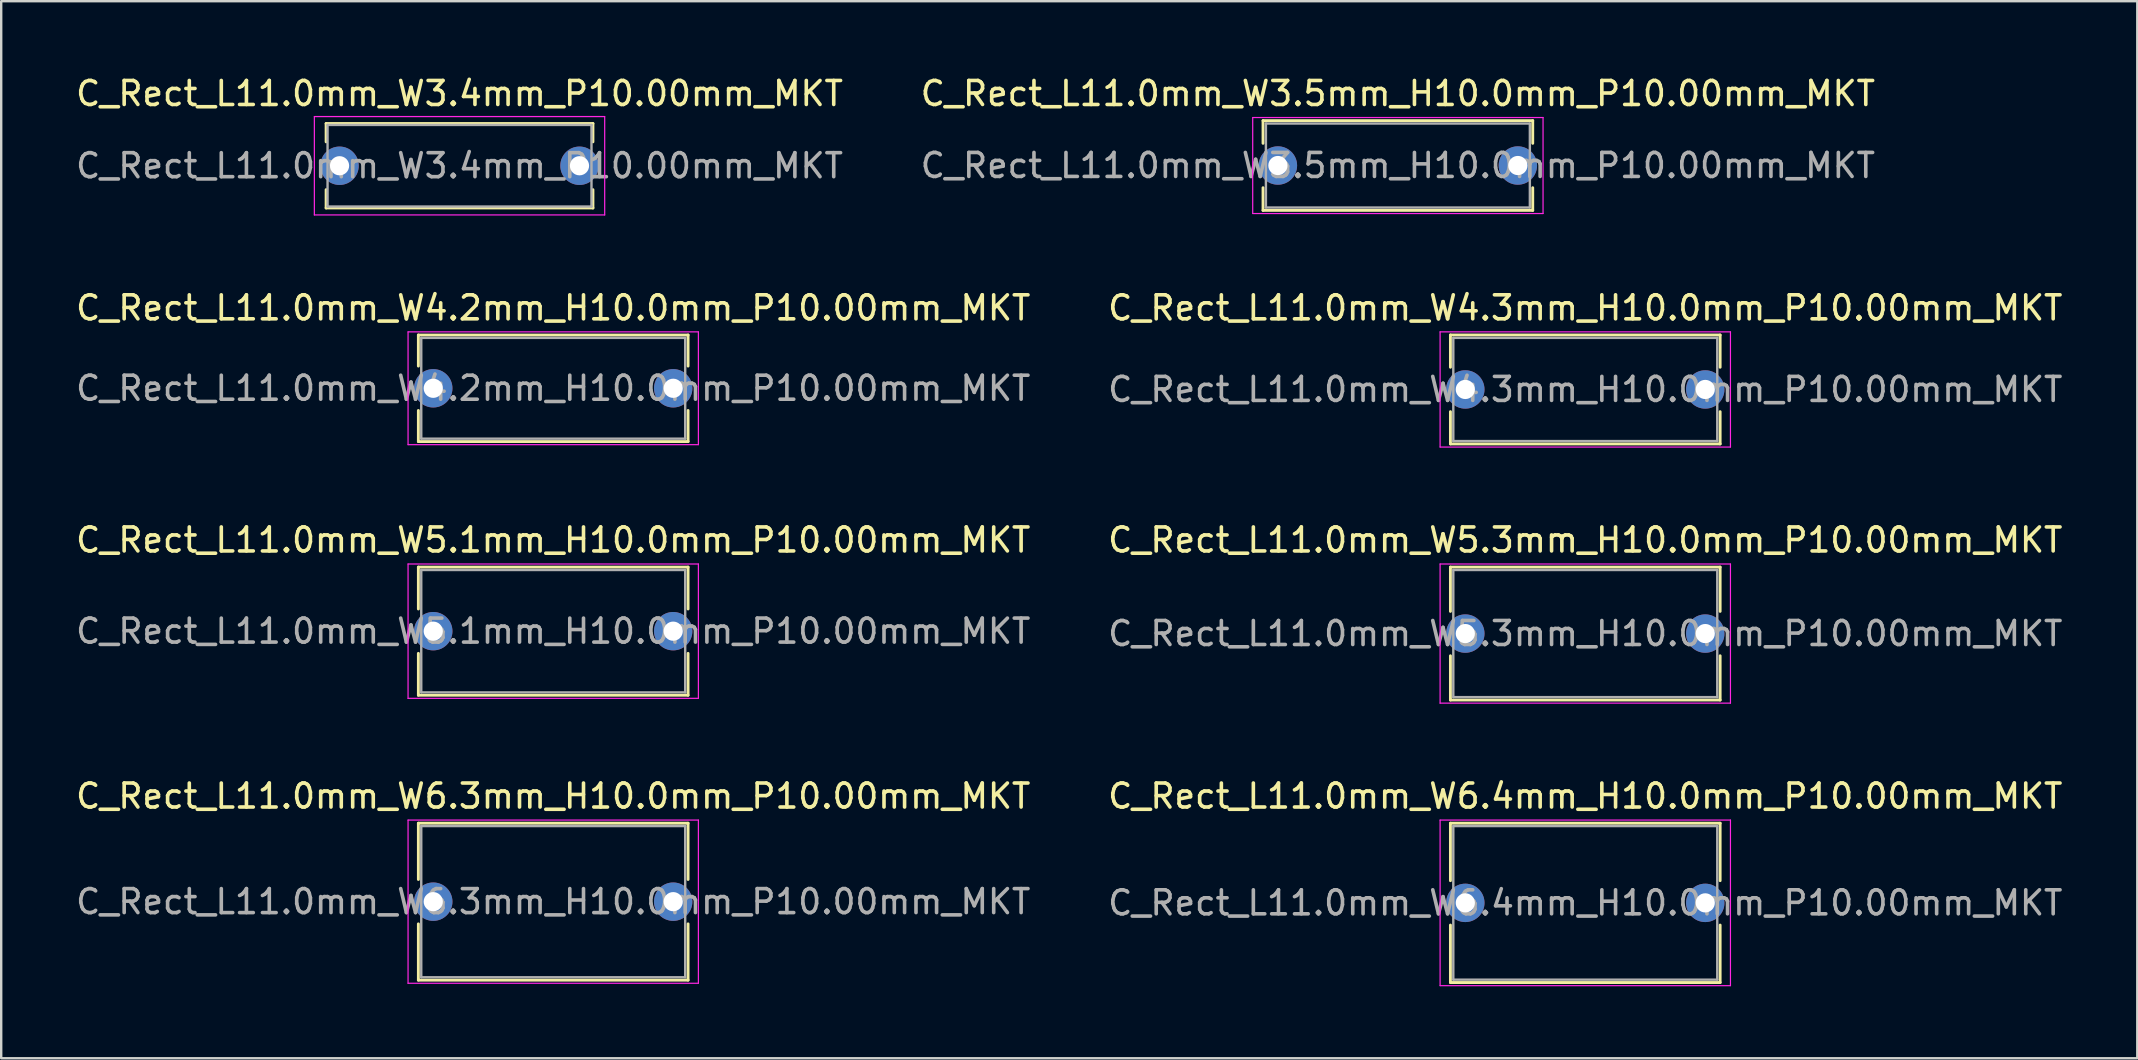
<source format=kicad_pcb>
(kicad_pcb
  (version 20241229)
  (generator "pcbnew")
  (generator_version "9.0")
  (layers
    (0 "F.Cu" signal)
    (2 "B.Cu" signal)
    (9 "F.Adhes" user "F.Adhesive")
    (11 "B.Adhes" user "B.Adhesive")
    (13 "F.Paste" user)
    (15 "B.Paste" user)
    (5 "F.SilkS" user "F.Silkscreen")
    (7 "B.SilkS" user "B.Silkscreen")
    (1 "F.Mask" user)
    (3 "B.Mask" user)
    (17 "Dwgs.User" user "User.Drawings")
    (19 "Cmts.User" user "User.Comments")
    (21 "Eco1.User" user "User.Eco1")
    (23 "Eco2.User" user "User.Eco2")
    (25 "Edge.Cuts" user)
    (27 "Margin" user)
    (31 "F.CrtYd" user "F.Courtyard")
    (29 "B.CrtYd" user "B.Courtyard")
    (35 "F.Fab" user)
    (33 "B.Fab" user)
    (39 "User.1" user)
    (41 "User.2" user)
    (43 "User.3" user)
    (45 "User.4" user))
  (footprint "C_Rect_L11.0mm_W6.4mm_H10.0mm_P10.00mm_MKT"
    (layer "F.Cu")
    (at 58.018 34.578)
    (property "Reference" "C_Rect_L11.0mm_W6.4mm_H10.0mm_P10.00mm_MKT" (at 5 -4.45 0) (layer "F.SilkS") (effects (font (size 1 1) (thickness 0.15))))
    (attr through_hole)
    (fp_line (start -0.62 -3.32) (end -0.62 -0.925) (stroke (width 0.12) (type solid)) (layer "F.SilkS"))
    (fp_line (start -0.62 -3.32) (end 10.62 -3.32) (stroke (width 0.12) (type solid)) (layer "F.SilkS"))
    (fp_line (start -0.62 0.925) (end -0.62 3.32) (stroke (width 0.12) (type solid)) (layer "F.SilkS"))
    (fp_line (start -0.62 3.32) (end 10.62 3.32) (stroke (width 0.12) (type solid)) (layer "F.SilkS"))
    (fp_line (start 10.62 -3.32) (end 10.62 -0.925) (stroke (width 0.12) (type solid)) (layer "F.SilkS"))
    (fp_line (start 10.62 0.925) (end 10.62 3.32) (stroke (width 0.12) (type solid)) (layer "F.SilkS"))
    (fp_line (start -1.05 -3.45) (end -1.05 3.45) (stroke (width 0.05) (type solid)) (layer "F.CrtYd"))
    (fp_line (start -1.05 3.45) (end 11.05 3.45) (stroke (width 0.05) (type solid)) (layer "F.CrtYd"))
    (fp_line (start 11.05 -3.45) (end -1.05 -3.45) (stroke (width 0.05) (type solid)) (layer "F.CrtYd"))
    (fp_line (start 11.05 3.45) (end 11.05 -3.45) (stroke (width 0.05) (type solid)) (layer "F.CrtYd"))
    (fp_line (start -0.5 -3.2) (end -0.5 3.2) (stroke (width 0.1) (type solid)) (layer "F.Fab"))
    (fp_line (start -0.5 3.2) (end 10.5 3.2) (stroke (width 0.1) (type solid)) (layer "F.Fab"))
    (fp_line (start 10.5 -3.2) (end -0.5 -3.2) (stroke (width 0.1) (type solid)) (layer "F.Fab"))
    (fp_line (start 10.5 3.2) (end 10.5 -3.2) (stroke (width 0.1) (type solid)) (layer "F.Fab"))
    (fp_text user "${REFERENCE}" (at 5 0 0) (layer "F.Fab") (effects (font (size 1 1) (thickness 0.15))))
    (pad "1" thru_hole circle (at 0 0) (size 1.6 1.6) (drill 0.8) (layers "*.Cu" "*.Mask"))
    (pad "2" thru_hole circle (at 10 0) (size 1.6 1.6) (drill 0.8) (layers "*.Cu" "*.Mask")))
  (footprint "C_Rect_L11.0mm_W4.2mm_H10.0mm_P10.00mm_MKT"
    (layer "F.Cu")
    (at 15.006 13.132)
    (property "Reference" "C_Rect_L11.0mm_W4.2mm_H10.0mm_P10.00mm_MKT" (at 5 -3.35 0) (layer "F.SilkS") (effects (font (size 1 1) (thickness 0.15))))
    (attr through_hole)
    (fp_line (start -0.62 -2.22) (end -0.62 -0.925) (stroke (width 0.12) (type solid)) (layer "F.SilkS"))
    (fp_line (start -0.62 -2.22) (end 10.62 -2.22) (stroke (width 0.12) (type solid)) (layer "F.SilkS"))
    (fp_line (start -0.62 0.925) (end -0.62 2.22) (stroke (width 0.12) (type solid)) (layer "F.SilkS"))
    (fp_line (start -0.62 2.22) (end 10.62 2.22) (stroke (width 0.12) (type solid)) (layer "F.SilkS"))
    (fp_line (start 10.62 -2.22) (end 10.62 -0.925) (stroke (width 0.12) (type solid)) (layer "F.SilkS"))
    (fp_line (start 10.62 0.925) (end 10.62 2.22) (stroke (width 0.12) (type solid)) (layer "F.SilkS"))
    (fp_line (start -1.05 -2.35) (end -1.05 2.35) (stroke (width 0.05) (type solid)) (layer "F.CrtYd"))
    (fp_line (start -1.05 2.35) (end 11.05 2.35) (stroke (width 0.05) (type solid)) (layer "F.CrtYd"))
    (fp_line (start 11.05 -2.35) (end -1.05 -2.35) (stroke (width 0.05) (type solid)) (layer "F.CrtYd"))
    (fp_line (start 11.05 2.35) (end 11.05 -2.35) (stroke (width 0.05) (type solid)) (layer "F.CrtYd"))
    (fp_line (start -0.5 -2.1) (end -0.5 2.1) (stroke (width 0.1) (type solid)) (layer "F.Fab"))
    (fp_line (start -0.5 2.1) (end 10.5 2.1) (stroke (width 0.1) (type solid)) (layer "F.Fab"))
    (fp_line (start 10.5 -2.1) (end -0.5 -2.1) (stroke (width 0.1) (type solid)) (layer "F.Fab"))
    (fp_line (start 10.5 2.1) (end 10.5 -2.1) (stroke (width 0.1) (type solid)) (layer "F.Fab"))
    (fp_text user "${REFERENCE}" (at 5 0 0) (layer "F.Fab") (effects (font (size 1 1) (thickness 0.15))))
    (pad "1" thru_hole circle (at 0 0) (size 1.6 1.6) (drill 0.8) (layers "*.Cu" "*.Mask"))
    (pad "2" thru_hole circle (at 10 0) (size 1.6 1.6) (drill 0.8) (layers "*.Cu" "*.Mask")))
  (footprint "C_Rect_L11.0mm_W3.4mm_P10.00mm_MKT"
    (layer "F.Cu")
    (at 11.101 3.858)
    (property "Reference" "C_Rect_L11.0mm_W3.4mm_P10.00mm_MKT" (at 5 -3.01 0) (layer "F.SilkS") (effects (font (size 1 1) (thickness 0.15))))
    (attr through_hole)
    (fp_line (start -0.56 -1.76) (end -0.56 -0.996) (stroke (width 0.12) (type solid)) (layer "F.SilkS"))
    (fp_line (start -0.56 -1.76) (end 10.56 -1.76) (stroke (width 0.12) (type solid)) (layer "F.SilkS"))
    (fp_line (start -0.56 0.996) (end -0.56 1.76) (stroke (width 0.12) (type solid)) (layer "F.SilkS"))
    (fp_line (start -0.56 1.76) (end 10.56 1.76) (stroke (width 0.12) (type solid)) (layer "F.SilkS"))
    (fp_line (start 10.56 -1.76) (end 10.56 -0.996) (stroke (width 0.12) (type solid)) (layer "F.SilkS"))
    (fp_line (start 10.56 0.996) (end 10.56 1.76) (stroke (width 0.12) (type solid)) (layer "F.SilkS"))
    (fp_line (start -1.05 -2.05) (end -1.05 2.05) (stroke (width 0.05) (type solid)) (layer "F.CrtYd"))
    (fp_line (start -1.05 2.05) (end 11.05 2.05) (stroke (width 0.05) (type solid)) (layer "F.CrtYd"))
    (fp_line (start 11.05 -2.05) (end -1.05 -2.05) (stroke (width 0.05) (type solid)) (layer "F.CrtYd"))
    (fp_line (start 11.05 2.05) (end 11.05 -2.05) (stroke (width 0.05) (type solid)) (layer "F.CrtYd"))
    (fp_line (start -0.5 -1.7) (end -0.5 1.7) (stroke (width 0.1) (type solid)) (layer "F.Fab"))
    (fp_line (start -0.5 1.7) (end 10.5 1.7) (stroke (width 0.1) (type solid)) (layer "F.Fab"))
    (fp_line (start 10.5 -1.7) (end -0.5 -1.7) (stroke (width 0.1) (type solid)) (layer "F.Fab"))
    (fp_line (start 10.5 1.7) (end 10.5 -1.7) (stroke (width 0.1) (type solid)) (layer "F.Fab"))
    (fp_text user "${REFERENCE}" (at 5 0 0) (layer "F.Fab") (effects (font (size 1 1) (thickness 0.15))))
    (pad "1" thru_hole circle (at 0 0) (size 1.6 1.6) (drill 0.8) (layers "*.Cu" "*.Mask"))
    (pad "2" thru_hole circle (at 10 0) (size 1.6 1.6) (drill 0.8) (layers "*.Cu" "*.Mask")))
  (footprint "C_Rect_L11.0mm_W3.5mm_H10.0mm_P10.00mm_MKT"
    (layer "F.Cu")
    (at 50.208 3.848)
    (property "Reference" "C_Rect_L11.0mm_W3.5mm_H10.0mm_P10.00mm_MKT" (at 5 -3 0) (layer "F.SilkS") (effects (font (size 1 1) (thickness 0.15))))
    (attr through_hole)
    (fp_line (start -0.62 -1.87) (end -0.62 -0.925) (stroke (width 0.12) (type solid)) (layer "F.SilkS"))
    (fp_line (start -0.62 -1.87) (end 10.62 -1.87) (stroke (width 0.12) (type solid)) (layer "F.SilkS"))
    (fp_line (start -0.62 0.925) (end -0.62 1.87) (stroke (width 0.12) (type solid)) (layer "F.SilkS"))
    (fp_line (start -0.62 1.87) (end 10.62 1.87) (stroke (width 0.12) (type solid)) (layer "F.SilkS"))
    (fp_line (start 10.62 -1.87) (end 10.62 -0.925) (stroke (width 0.12) (type solid)) (layer "F.SilkS"))
    (fp_line (start 10.62 0.925) (end 10.62 1.87) (stroke (width 0.12) (type solid)) (layer "F.SilkS"))
    (fp_line (start -1.05 -2) (end -1.05 2) (stroke (width 0.05) (type solid)) (layer "F.CrtYd"))
    (fp_line (start -1.05 2) (end 11.05 2) (stroke (width 0.05) (type solid)) (layer "F.CrtYd"))
    (fp_line (start 11.05 -2) (end -1.05 -2) (stroke (width 0.05) (type solid)) (layer "F.CrtYd"))
    (fp_line (start 11.05 2) (end 11.05 -2) (stroke (width 0.05) (type solid)) (layer "F.CrtYd"))
    (fp_line (start -0.5 -1.75) (end -0.5 1.75) (stroke (width 0.1) (type solid)) (layer "F.Fab"))
    (fp_line (start -0.5 1.75) (end 10.5 1.75) (stroke (width 0.1) (type solid)) (layer "F.Fab"))
    (fp_line (start 10.5 -1.75) (end -0.5 -1.75) (stroke (width 0.1) (type solid)) (layer "F.Fab"))
    (fp_line (start 10.5 1.75) (end 10.5 -1.75) (stroke (width 0.1) (type solid)) (layer "F.Fab"))
    (fp_text user "${REFERENCE}" (at 5 0 0) (layer "F.Fab") (effects (font (size 1 1) (thickness 0.15))))
    (pad "1" thru_hole circle (at 0 0) (size 1.6 1.6) (drill 0.8) (layers "*.Cu" "*.Mask"))
    (pad "2" thru_hole circle (at 10 0) (size 1.6 1.6) (drill 0.8) (layers "*.Cu" "*.Mask")))
  (footprint "C_Rect_L11.0mm_W5.1mm_H10.0mm_P10.00mm_MKT"
    (layer "F.Cu")
    (at 15.006 23.255)
    (property "Reference" "C_Rect_L11.0mm_W5.1mm_H10.0mm_P10.00mm_MKT" (at 5 -3.8 0) (layer "F.SilkS") (effects (font (size 1 1) (thickness 0.15))))
    (attr through_hole)
    (fp_line (start -0.62 -2.67) (end -0.62 -0.925) (stroke (width 0.12) (type solid)) (layer "F.SilkS"))
    (fp_line (start -0.62 -2.67) (end 10.62 -2.67) (stroke (width 0.12) (type solid)) (layer "F.SilkS"))
    (fp_line (start -0.62 0.925) (end -0.62 2.67) (stroke (width 0.12) (type solid)) (layer "F.SilkS"))
    (fp_line (start -0.62 2.67) (end 10.62 2.67) (stroke (width 0.12) (type solid)) (layer "F.SilkS"))
    (fp_line (start 10.62 -2.67) (end 10.62 -0.925) (stroke (width 0.12) (type solid)) (layer "F.SilkS"))
    (fp_line (start 10.62 0.925) (end 10.62 2.67) (stroke (width 0.12) (type solid)) (layer "F.SilkS"))
    (fp_line (start -1.05 -2.8) (end -1.05 2.8) (stroke (width 0.05) (type solid)) (layer "F.CrtYd"))
    (fp_line (start -1.05 2.8) (end 11.05 2.8) (stroke (width 0.05) (type solid)) (layer "F.CrtYd"))
    (fp_line (start 11.05 -2.8) (end -1.05 -2.8) (stroke (width 0.05) (type solid)) (layer "F.CrtYd"))
    (fp_line (start 11.05 2.8) (end 11.05 -2.8) (stroke (width 0.05) (type solid)) (layer "F.CrtYd"))
    (fp_line (start -0.5 -2.55) (end -0.5 2.55) (stroke (width 0.1) (type solid)) (layer "F.Fab"))
    (fp_line (start -0.5 2.55) (end 10.5 2.55) (stroke (width 0.1) (type solid)) (layer "F.Fab"))
    (fp_line (start 10.5 -2.55) (end -0.5 -2.55) (stroke (width 0.1) (type solid)) (layer "F.Fab"))
    (fp_line (start 10.5 2.55) (end 10.5 -2.55) (stroke (width 0.1) (type solid)) (layer "F.Fab"))
    (fp_text user "${REFERENCE}" (at 5 0 0) (layer "F.Fab") (effects (font (size 1 1) (thickness 0.15))))
    (pad "1" thru_hole circle (at 0 0) (size 1.6 1.6) (drill 0.8) (layers "*.Cu" "*.Mask"))
    (pad "2" thru_hole circle (at 10 0) (size 1.6 1.6) (drill 0.8) (layers "*.Cu" "*.Mask")))
  (footprint "C_Rect_L11.0mm_W4.3mm_H10.0mm_P10.00mm_MKT"
    (layer "F.Cu")
    (at 58.018 13.181)
    (property "Reference" "C_Rect_L11.0mm_W4.3mm_H10.0mm_P10.00mm_MKT" (at 5 -3.4 0) (layer "F.SilkS") (effects (font (size 1 1) (thickness 0.15))))
    (attr through_hole)
    (fp_line (start -0.62 -2.27) (end -0.62 -0.925) (stroke (width 0.12) (type solid)) (layer "F.SilkS"))
    (fp_line (start -0.62 -2.27) (end 10.62 -2.27) (stroke (width 0.12) (type solid)) (layer "F.SilkS"))
    (fp_line (start -0.62 0.925) (end -0.62 2.27) (stroke (width 0.12) (type solid)) (layer "F.SilkS"))
    (fp_line (start -0.62 2.27) (end 10.62 2.27) (stroke (width 0.12) (type solid)) (layer "F.SilkS"))
    (fp_line (start 10.62 -2.27) (end 10.62 -0.925) (stroke (width 0.12) (type solid)) (layer "F.SilkS"))
    (fp_line (start 10.62 0.925) (end 10.62 2.27) (stroke (width 0.12) (type solid)) (layer "F.SilkS"))
    (fp_line (start -1.05 -2.4) (end -1.05 2.4) (stroke (width 0.05) (type solid)) (layer "F.CrtYd"))
    (fp_line (start -1.05 2.4) (end 11.05 2.4) (stroke (width 0.05) (type solid)) (layer "F.CrtYd"))
    (fp_line (start 11.05 -2.4) (end -1.05 -2.4) (stroke (width 0.05) (type solid)) (layer "F.CrtYd"))
    (fp_line (start 11.05 2.4) (end 11.05 -2.4) (stroke (width 0.05) (type solid)) (layer "F.CrtYd"))
    (fp_line (start -0.5 -2.15) (end -0.5 2.15) (stroke (width 0.1) (type solid)) (layer "F.Fab"))
    (fp_line (start -0.5 2.15) (end 10.5 2.15) (stroke (width 0.1) (type solid)) (layer "F.Fab"))
    (fp_line (start 10.5 -2.15) (end -0.5 -2.15) (stroke (width 0.1) (type solid)) (layer "F.Fab"))
    (fp_line (start 10.5 2.15) (end 10.5 -2.15) (stroke (width 0.1) (type solid)) (layer "F.Fab"))
    (fp_text user "${REFERENCE}" (at 5 0 0) (layer "F.Fab") (effects (font (size 1 1) (thickness 0.15))))
    (pad "1" thru_hole circle (at 0 0) (size 1.6 1.6) (drill 0.8) (layers "*.Cu" "*.Mask"))
    (pad "2" thru_hole circle (at 10 0) (size 1.6 1.6) (drill 0.8) (layers "*.Cu" "*.Mask")))
  (footprint "C_Rect_L11.0mm_W6.3mm_H10.0mm_P10.00mm_MKT"
    (layer "F.Cu")
    (at 15.006 34.528)
    (property "Reference" "C_Rect_L11.0mm_W6.3mm_H10.0mm_P10.00mm_MKT" (at 5 -4.4 0) (layer "F.SilkS") (effects (font (size 1 1) (thickness 0.15))))
    (attr through_hole)
    (fp_line (start -0.62 -3.27) (end -0.62 -0.925) (stroke (width 0.12) (type solid)) (layer "F.SilkS"))
    (fp_line (start -0.62 -3.27) (end 10.62 -3.27) (stroke (width 0.12) (type solid)) (layer "F.SilkS"))
    (fp_line (start -0.62 0.925) (end -0.62 3.27) (stroke (width 0.12) (type solid)) (layer "F.SilkS"))
    (fp_line (start -0.62 3.27) (end 10.62 3.27) (stroke (width 0.12) (type solid)) (layer "F.SilkS"))
    (fp_line (start 10.62 -3.27) (end 10.62 -0.925) (stroke (width 0.12) (type solid)) (layer "F.SilkS"))
    (fp_line (start 10.62 0.925) (end 10.62 3.27) (stroke (width 0.12) (type solid)) (layer "F.SilkS"))
    (fp_line (start -1.05 -3.4) (end -1.05 3.4) (stroke (width 0.05) (type solid)) (layer "F.CrtYd"))
    (fp_line (start -1.05 3.4) (end 11.05 3.4) (stroke (width 0.05) (type solid)) (layer "F.CrtYd"))
    (fp_line (start 11.05 -3.4) (end -1.05 -3.4) (stroke (width 0.05) (type solid)) (layer "F.CrtYd"))
    (fp_line (start 11.05 3.4) (end 11.05 -3.4) (stroke (width 0.05) (type solid)) (layer "F.CrtYd"))
    (fp_line (start -0.5 -3.15) (end -0.5 3.15) (stroke (width 0.1) (type solid)) (layer "F.Fab"))
    (fp_line (start -0.5 3.15) (end 10.5 3.15) (stroke (width 0.1) (type solid)) (layer "F.Fab"))
    (fp_line (start 10.5 -3.15) (end -0.5 -3.15) (stroke (width 0.1) (type solid)) (layer "F.Fab"))
    (fp_line (start 10.5 3.15) (end 10.5 -3.15) (stroke (width 0.1) (type solid)) (layer "F.Fab"))
    (fp_text user "${REFERENCE}" (at 5 0 0) (layer "F.Fab") (effects (font (size 1 1) (thickness 0.15))))
    (pad "1" thru_hole circle (at 0 0) (size 1.6 1.6) (drill 0.8) (layers "*.Cu" "*.Mask"))
    (pad "2" thru_hole circle (at 10 0) (size 1.6 1.6) (drill 0.8) (layers "*.Cu" "*.Mask")))
  (footprint "C_Rect_L11.0mm_W5.3mm_H10.0mm_P10.00mm_MKT"
    (layer "F.Cu")
    (at 58.018 23.355)
    (property "Reference" "C_Rect_L11.0mm_W5.3mm_H10.0mm_P10.00mm_MKT" (at 5 -3.9 0) (layer "F.SilkS") (effects (font (size 1 1) (thickness 0.15))))
    (attr through_hole)
    (fp_line (start -0.62 -2.77) (end -0.62 -0.925) (stroke (width 0.12) (type solid)) (layer "F.SilkS"))
    (fp_line (start -0.62 -2.77) (end 10.62 -2.77) (stroke (width 0.12) (type solid)) (layer "F.SilkS"))
    (fp_line (start -0.62 0.925) (end -0.62 2.77) (stroke (width 0.12) (type solid)) (layer "F.SilkS"))
    (fp_line (start -0.62 2.77) (end 10.62 2.77) (stroke (width 0.12) (type solid)) (layer "F.SilkS"))
    (fp_line (start 10.62 -2.77) (end 10.62 -0.925) (stroke (width 0.12) (type solid)) (layer "F.SilkS"))
    (fp_line (start 10.62 0.925) (end 10.62 2.77) (stroke (width 0.12) (type solid)) (layer "F.SilkS"))
    (fp_line (start -1.05 -2.9) (end -1.05 2.9) (stroke (width 0.05) (type solid)) (layer "F.CrtYd"))
    (fp_line (start -1.05 2.9) (end 11.05 2.9) (stroke (width 0.05) (type solid)) (layer "F.CrtYd"))
    (fp_line (start 11.05 -2.9) (end -1.05 -2.9) (stroke (width 0.05) (type solid)) (layer "F.CrtYd"))
    (fp_line (start 11.05 2.9) (end 11.05 -2.9) (stroke (width 0.05) (type solid)) (layer "F.CrtYd"))
    (fp_line (start -0.5 -2.65) (end -0.5 2.65) (stroke (width 0.1) (type solid)) (layer "F.Fab"))
    (fp_line (start -0.5 2.65) (end 10.5 2.65) (stroke (width 0.1) (type solid)) (layer "F.Fab"))
    (fp_line (start 10.5 -2.65) (end -0.5 -2.65) (stroke (width 0.1) (type solid)) (layer "F.Fab"))
    (fp_line (start 10.5 2.65) (end 10.5 -2.65) (stroke (width 0.1) (type solid)) (layer "F.Fab"))
    (fp_text user "${REFERENCE}" (at 5 0 0) (layer "F.Fab") (effects (font (size 1 1) (thickness 0.15))))
    (pad "1" thru_hole circle (at 0 0) (size 1.6 1.6) (drill 0.8) (layers "*.Cu" "*.Mask"))
    (pad "2" thru_hole circle (at 10 0) (size 1.6 1.6) (drill 0.8) (layers "*.Cu" "*.Mask")))
  (gr_rect
    (start -3 -3)
    (end 86.024 41.053)
    (stroke (width 0.1) (type default))
    (fill no)
    (layer "Edge.Cuts")))
</source>
